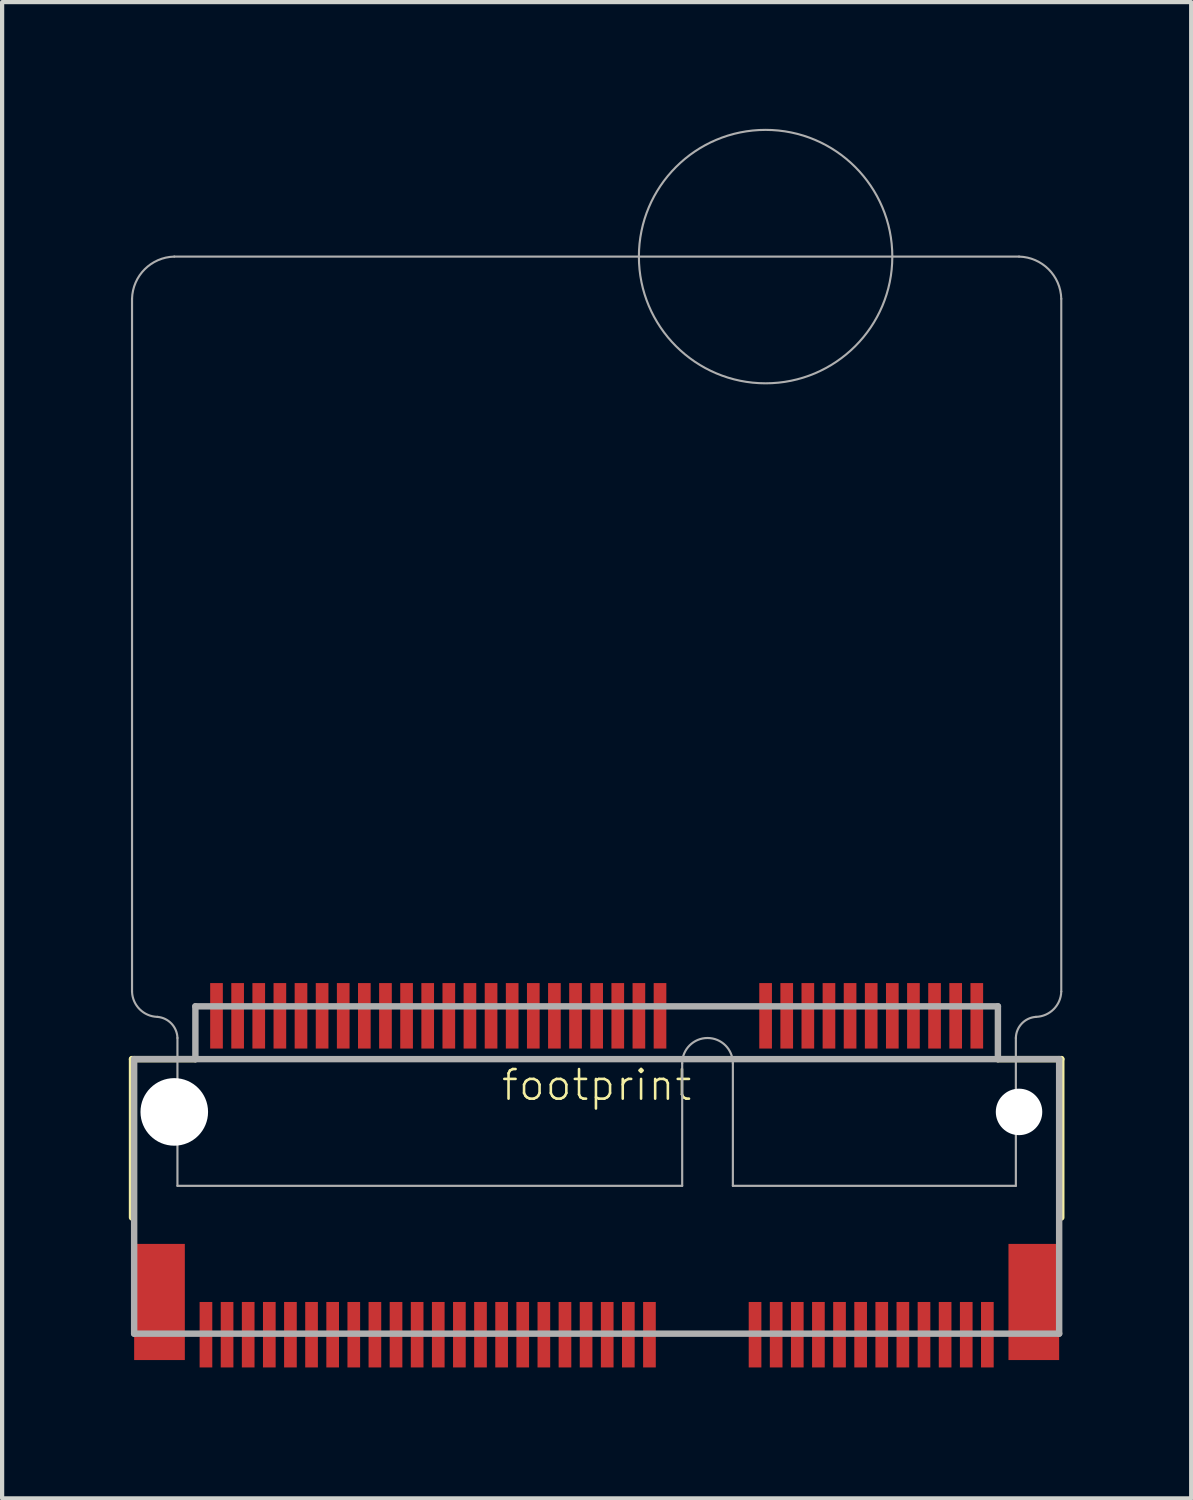
<source format=kicad_pcb>
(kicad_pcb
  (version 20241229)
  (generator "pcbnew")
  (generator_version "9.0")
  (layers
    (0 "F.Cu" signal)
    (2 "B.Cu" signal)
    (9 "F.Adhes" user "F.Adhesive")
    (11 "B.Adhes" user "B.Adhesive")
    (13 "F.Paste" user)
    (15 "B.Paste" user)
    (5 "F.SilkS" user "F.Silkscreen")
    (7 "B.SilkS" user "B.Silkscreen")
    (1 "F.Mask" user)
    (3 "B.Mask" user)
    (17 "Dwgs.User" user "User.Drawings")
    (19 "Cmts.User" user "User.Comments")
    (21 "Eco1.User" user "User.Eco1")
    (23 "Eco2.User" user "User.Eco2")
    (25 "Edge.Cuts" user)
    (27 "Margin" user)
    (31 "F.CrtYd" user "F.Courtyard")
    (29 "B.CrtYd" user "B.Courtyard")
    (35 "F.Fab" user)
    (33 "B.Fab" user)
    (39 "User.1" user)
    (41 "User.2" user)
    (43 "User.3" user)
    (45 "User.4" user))
  (footprint "footprint"
    (layer "F.Cu")
    (at 11.076 23.275)
    (property "Reference" "footprint" (at 0 -0.635 0) (layer "F.SilkS") (effects (font (size 0.701 0.701) (thickness 0.061))))
    (fp_line (start -11 2.5) (end -11 -1.25) (stroke (width 0.152) (type solid)) (layer "F.SilkS"))
    (fp_line (start -9.5 -1.25) (end -11 -1.25) (stroke (width 0.152) (type solid)) (layer "F.SilkS"))
    (fp_line (start 11 -1.25) (end 9.5 -1.25) (stroke (width 0.152) (type solid)) (layer "F.SilkS"))
    (fp_line (start 11 2.5) (end 11 -1.25) (stroke (width 0.152) (type solid)) (layer "F.SilkS"))
    (fp_poly (pts (xy -9.4 6.15) (xy -9.1 6.15) (xy -9.1 4.4) (xy -9.4 4.4)) (stroke (width 0) (type solid)) (fill yes) (layer "F.Paste"))
    (fp_poly (pts (xy -9.15 -1.4) (xy -8.85 -1.4) (xy -8.85 -3.15) (xy -9.15 -3.15)) (stroke (width 0) (type solid)) (fill yes) (layer "F.Paste"))
    (fp_poly (pts (xy -8.9 6.15) (xy -8.6 6.15) (xy -8.6 4.4) (xy -8.9 4.4)) (stroke (width 0) (type solid)) (fill yes) (layer "F.Paste"))
    (fp_poly (pts (xy -8.65 -1.4) (xy -8.35 -1.4) (xy -8.35 -3.15) (xy -8.65 -3.15)) (stroke (width 0) (type solid)) (fill yes) (layer "F.Paste"))
    (fp_poly (pts (xy -8.4 6.15) (xy -8.1 6.15) (xy -8.1 4.4) (xy -8.4 4.4)) (stroke (width 0) (type solid)) (fill yes) (layer "F.Paste"))
    (fp_poly (pts (xy -8.15 -1.4) (xy -7.85 -1.4) (xy -7.85 -3.15) (xy -8.15 -3.15)) (stroke (width 0) (type solid)) (fill yes) (layer "F.Paste"))
    (fp_poly (pts (xy -7.9 6.15) (xy -7.6 6.15) (xy -7.6 4.4) (xy -7.9 4.4)) (stroke (width 0) (type solid)) (fill yes) (layer "F.Paste"))
    (fp_poly (pts (xy -7.65 -1.4) (xy -7.35 -1.4) (xy -7.35 -3.15) (xy -7.65 -3.15)) (stroke (width 0) (type solid)) (fill yes) (layer "F.Paste"))
    (fp_poly (pts (xy -7.4 6.15) (xy -7.1 6.15) (xy -7.1 4.4) (xy -7.4 4.4)) (stroke (width 0) (type solid)) (fill yes) (layer "F.Paste"))
    (fp_poly (pts (xy -7.15 -1.4) (xy -6.85 -1.4) (xy -6.85 -3.15) (xy -7.15 -3.15)) (stroke (width 0) (type solid)) (fill yes) (layer "F.Paste"))
    (fp_poly (pts (xy -6.9 6.15) (xy -6.6 6.15) (xy -6.6 4.4) (xy -6.9 4.4)) (stroke (width 0) (type solid)) (fill yes) (layer "F.Paste"))
    (fp_poly (pts (xy -6.65 -1.4) (xy -6.35 -1.4) (xy -6.35 -3.15) (xy -6.65 -3.15)) (stroke (width 0) (type solid)) (fill yes) (layer "F.Paste"))
    (fp_poly (pts (xy -6.4 6.15) (xy -6.1 6.15) (xy -6.1 4.4) (xy -6.4 4.4)) (stroke (width 0) (type solid)) (fill yes) (layer "F.Paste"))
    (fp_poly (pts (xy -6.15 -1.4) (xy -5.85 -1.4) (xy -5.85 -3.15) (xy -6.15 -3.15)) (stroke (width 0) (type solid)) (fill yes) (layer "F.Paste"))
    (fp_poly (pts (xy -5.9 6.15) (xy -5.6 6.15) (xy -5.6 4.4) (xy -5.9 4.4)) (stroke (width 0) (type solid)) (fill yes) (layer "F.Paste"))
    (fp_poly (pts (xy -5.65 -1.4) (xy -5.35 -1.4) (xy -5.35 -3.15) (xy -5.65 -3.15)) (stroke (width 0) (type solid)) (fill yes) (layer "F.Paste"))
    (fp_poly (pts (xy -5.4 6.15) (xy -5.1 6.15) (xy -5.1 4.4) (xy -5.4 4.4)) (stroke (width 0) (type solid)) (fill yes) (layer "F.Paste"))
    (fp_poly (pts (xy -5.15 -1.4) (xy -4.85 -1.4) (xy -4.85 -3.15) (xy -5.15 -3.15)) (stroke (width 0) (type solid)) (fill yes) (layer "F.Paste"))
    (fp_poly (pts (xy -4.9 6.15) (xy -4.6 6.15) (xy -4.6 4.4) (xy -4.9 4.4)) (stroke (width 0) (type solid)) (fill yes) (layer "F.Paste"))
    (fp_poly (pts (xy -4.65 -1.4) (xy -4.35 -1.4) (xy -4.35 -3.15) (xy -4.65 -3.15)) (stroke (width 0) (type solid)) (fill yes) (layer "F.Paste"))
    (fp_poly (pts (xy -4.4 6.15) (xy -4.1 6.15) (xy -4.1 4.4) (xy -4.4 4.4)) (stroke (width 0) (type solid)) (fill yes) (layer "F.Paste"))
    (fp_poly (pts (xy -4.15 -1.4) (xy -3.85 -1.4) (xy -3.85 -3.15) (xy -4.15 -3.15)) (stroke (width 0) (type solid)) (fill yes) (layer "F.Paste"))
    (fp_poly (pts (xy -3.9 6.15) (xy -3.6 6.15) (xy -3.6 4.4) (xy -3.9 4.4)) (stroke (width 0) (type solid)) (fill yes) (layer "F.Paste"))
    (fp_poly (pts (xy -3.65 -1.4) (xy -3.35 -1.4) (xy -3.35 -3.15) (xy -3.65 -3.15)) (stroke (width 0) (type solid)) (fill yes) (layer "F.Paste"))
    (fp_poly (pts (xy -3.4 6.15) (xy -3.1 6.15) (xy -3.1 4.4) (xy -3.4 4.4)) (stroke (width 0) (type solid)) (fill yes) (layer "F.Paste"))
    (fp_poly (pts (xy -3.15 -1.4) (xy -2.85 -1.4) (xy -2.85 -3.15) (xy -3.15 -3.15)) (stroke (width 0) (type solid)) (fill yes) (layer "F.Paste"))
    (fp_poly (pts (xy -2.9 6.15) (xy -2.6 6.15) (xy -2.6 4.4) (xy -2.9 4.4)) (stroke (width 0) (type solid)) (fill yes) (layer "F.Paste"))
    (fp_poly (pts (xy -2.65 -1.4) (xy -2.35 -1.4) (xy -2.35 -3.15) (xy -2.65 -3.15)) (stroke (width 0) (type solid)) (fill yes) (layer "F.Paste"))
    (fp_poly (pts (xy -2.4 6.15) (xy -2.1 6.15) (xy -2.1 4.4) (xy -2.4 4.4)) (stroke (width 0) (type solid)) (fill yes) (layer "F.Paste"))
    (fp_poly (pts (xy -2.15 -1.4) (xy -1.85 -1.4) (xy -1.85 -3.15) (xy -2.15 -3.15)) (stroke (width 0) (type solid)) (fill yes) (layer "F.Paste"))
    (fp_poly (pts (xy -1.9 6.15) (xy -1.6 6.15) (xy -1.6 4.4) (xy -1.9 4.4)) (stroke (width 0) (type solid)) (fill yes) (layer "F.Paste"))
    (fp_poly (pts (xy -1.65 -1.4) (xy -1.35 -1.4) (xy -1.35 -3.15) (xy -1.65 -3.15)) (stroke (width 0) (type solid)) (fill yes) (layer "F.Paste"))
    (fp_poly (pts (xy -1.4 6.15) (xy -1.1 6.15) (xy -1.1 4.4) (xy -1.4 4.4)) (stroke (width 0) (type solid)) (fill yes) (layer "F.Paste"))
    (fp_poly (pts (xy -1.15 -1.4) (xy -0.85 -1.4) (xy -0.85 -3.15) (xy -1.15 -3.15)) (stroke (width 0) (type solid)) (fill yes) (layer "F.Paste"))
    (fp_poly (pts (xy -0.9 6.15) (xy -0.6 6.15) (xy -0.6 4.4) (xy -0.9 4.4)) (stroke (width 0) (type solid)) (fill yes) (layer "F.Paste"))
    (fp_poly (pts (xy -0.65 -1.4) (xy -0.35 -1.4) (xy -0.35 -3.15) (xy -0.65 -3.15)) (stroke (width 0) (type solid)) (fill yes) (layer "F.Paste"))
    (fp_poly (pts (xy -0.4 6.15) (xy -0.1 6.15) (xy -0.1 4.4) (xy -0.4 4.4)) (stroke (width 0) (type solid)) (fill yes) (layer "F.Paste"))
    (fp_poly (pts (xy -0.15 -1.4) (xy 0.15 -1.4) (xy 0.15 -3.15) (xy -0.15 -3.15)) (stroke (width 0) (type solid)) (fill yes) (layer "F.Paste"))
    (fp_poly (pts (xy 0.1 6.15) (xy 0.4 6.15) (xy 0.4 4.4) (xy 0.1 4.4)) (stroke (width 0) (type solid)) (fill yes) (layer "F.Paste"))
    (fp_poly (pts (xy 0.35 -1.4) (xy 0.65 -1.4) (xy 0.65 -3.15) (xy 0.35 -3.15)) (stroke (width 0) (type solid)) (fill yes) (layer "F.Paste"))
    (fp_poly (pts (xy 0.6 6.15) (xy 0.9 6.15) (xy 0.9 4.4) (xy 0.6 4.4)) (stroke (width 0) (type solid)) (fill yes) (layer "F.Paste"))
    (fp_poly (pts (xy 0.85 -1.4) (xy 1.15 -1.4) (xy 1.15 -3.15) (xy 0.85 -3.15)) (stroke (width 0) (type solid)) (fill yes) (layer "F.Paste"))
    (fp_poly (pts (xy 1.1 6.15) (xy 1.4 6.15) (xy 1.4 4.4) (xy 1.1 4.4)) (stroke (width 0) (type solid)) (fill yes) (layer "F.Paste"))
    (fp_poly (pts (xy 1.35 -1.4) (xy 1.65 -1.4) (xy 1.65 -3.15) (xy 1.35 -3.15)) (stroke (width 0) (type solid)) (fill yes) (layer "F.Paste"))
    (fp_poly (pts (xy 3.6 6.15) (xy 3.9 6.15) (xy 3.9 4.4) (xy 3.6 4.4)) (stroke (width 0) (type solid)) (fill yes) (layer "F.Paste"))
    (fp_poly (pts (xy 3.85 -1.4) (xy 4.15 -1.4) (xy 4.15 -3.15) (xy 3.85 -3.15)) (stroke (width 0) (type solid)) (fill yes) (layer "F.Paste"))
    (fp_poly (pts (xy 4.1 6.15) (xy 4.4 6.15) (xy 4.4 4.4) (xy 4.1 4.4)) (stroke (width 0) (type solid)) (fill yes) (layer "F.Paste"))
    (fp_poly (pts (xy 4.35 -1.4) (xy 4.65 -1.4) (xy 4.65 -3.15) (xy 4.35 -3.15)) (stroke (width 0) (type solid)) (fill yes) (layer "F.Paste"))
    (fp_poly (pts (xy 4.6 6.15) (xy 4.9 6.15) (xy 4.9 4.4) (xy 4.6 4.4)) (stroke (width 0) (type solid)) (fill yes) (layer "F.Paste"))
    (fp_poly (pts (xy 4.85 -1.4) (xy 5.15 -1.4) (xy 5.15 -3.15) (xy 4.85 -3.15)) (stroke (width 0) (type solid)) (fill yes) (layer "F.Paste"))
    (fp_poly (pts (xy 5.1 6.15) (xy 5.4 6.15) (xy 5.4 4.4) (xy 5.1 4.4)) (stroke (width 0) (type solid)) (fill yes) (layer "F.Paste"))
    (fp_poly (pts (xy 5.35 -1.4) (xy 5.65 -1.4) (xy 5.65 -3.15) (xy 5.35 -3.15)) (stroke (width 0) (type solid)) (fill yes) (layer "F.Paste"))
    (fp_poly (pts (xy 5.6 6.15) (xy 5.9 6.15) (xy 5.9 4.4) (xy 5.6 4.4)) (stroke (width 0) (type solid)) (fill yes) (layer "F.Paste"))
    (fp_poly (pts (xy 5.85 -1.4) (xy 6.15 -1.4) (xy 6.15 -3.15) (xy 5.85 -3.15)) (stroke (width 0) (type solid)) (fill yes) (layer "F.Paste"))
    (fp_poly (pts (xy 6.1 6.15) (xy 6.4 6.15) (xy 6.4 4.4) (xy 6.1 4.4)) (stroke (width 0) (type solid)) (fill yes) (layer "F.Paste"))
    (fp_poly (pts (xy 6.35 -1.4) (xy 6.65 -1.4) (xy 6.65 -3.15) (xy 6.35 -3.15)) (stroke (width 0) (type solid)) (fill yes) (layer "F.Paste"))
    (fp_poly (pts (xy 6.6 6.15) (xy 6.9 6.15) (xy 6.9 4.4) (xy 6.6 4.4)) (stroke (width 0) (type solid)) (fill yes) (layer "F.Paste"))
    (fp_poly (pts (xy 6.85 -1.4) (xy 7.15 -1.4) (xy 7.15 -3.15) (xy 6.85 -3.15)) (stroke (width 0) (type solid)) (fill yes) (layer "F.Paste"))
    (fp_poly (pts (xy 7.1 6.15) (xy 7.4 6.15) (xy 7.4 4.4) (xy 7.1 4.4)) (stroke (width 0) (type solid)) (fill yes) (layer "F.Paste"))
    (fp_poly (pts (xy 7.35 -1.4) (xy 7.65 -1.4) (xy 7.65 -3.15) (xy 7.35 -3.15)) (stroke (width 0) (type solid)) (fill yes) (layer "F.Paste"))
    (fp_poly (pts (xy 7.6 6.15) (xy 7.9 6.15) (xy 7.9 4.4) (xy 7.6 4.4)) (stroke (width 0) (type solid)) (fill yes) (layer "F.Paste"))
    (fp_poly (pts (xy 7.85 -1.4) (xy 8.15 -1.4) (xy 8.15 -3.15) (xy 7.85 -3.15)) (stroke (width 0) (type solid)) (fill yes) (layer "F.Paste"))
    (fp_poly (pts (xy 8.1 6.15) (xy 8.4 6.15) (xy 8.4 4.4) (xy 8.1 4.4)) (stroke (width 0) (type solid)) (fill yes) (layer "F.Paste"))
    (fp_poly (pts (xy 8.35 -1.4) (xy 8.65 -1.4) (xy 8.65 -3.15) (xy 8.35 -3.15)) (stroke (width 0) (type solid)) (fill yes) (layer "F.Paste"))
    (fp_poly (pts (xy 8.6 6.15) (xy 8.9 6.15) (xy 8.9 4.4) (xy 8.6 4.4)) (stroke (width 0) (type solid)) (fill yes) (layer "F.Paste"))
    (fp_poly (pts (xy 8.85 -1.4) (xy 9.15 -1.4) (xy 9.15 -3.15) (xy 8.85 -3.15)) (stroke (width 0) (type solid)) (fill yes) (layer "F.Paste"))
    (fp_poly (pts (xy 9.1 6.15) (xy 9.4 6.15) (xy 9.4 4.4) (xy 9.1 4.4)) (stroke (width 0) (type solid)) (fill yes) (layer "F.Paste"))
    (fp_line (start -11 -19.25) (end -11 -2.85) (stroke (width 0.051) (type solid)) (layer "F.Fab"))
    (fp_line (start -10.95 -1.25) (end -10.95 5.25) (stroke (width 0.152) (type solid)) (layer "F.Fab"))
    (fp_line (start -10.95 5.25) (end 10.95 5.25) (stroke (width 0.152) (type solid)) (layer "F.Fab"))
    (fp_line (start -9.925 1.75) (end -9.925 -1.75) (stroke (width 0.051) (type solid)) (layer "F.Fab"))
    (fp_line (start -9.5 -2.5) (end -9.5 -1.25) (stroke (width 0.152) (type solid)) (layer "F.Fab"))
    (fp_line (start -9.5 -1.25) (end -10.95 -1.25) (stroke (width 0.152) (type solid)) (layer "F.Fab"))
    (fp_line (start 2.025 -1.15) (end 2.025 1.75) (stroke (width 0.051) (type solid)) (layer "F.Fab"))
    (fp_line (start 2.025 1.75) (end -9.925 1.75) (stroke (width 0.051) (type solid)) (layer "F.Fab"))
    (fp_line (start 3.225 -1.15) (end 3.225 1.75) (stroke (width 0.051) (type solid)) (layer "F.Fab"))
    (fp_line (start 9.5 -2.5) (end -9.5 -2.5) (stroke (width 0.152) (type solid)) (layer "F.Fab"))
    (fp_line (start 9.5 -2.5) (end 9.5 -1.25) (stroke (width 0.152) (type solid)) (layer "F.Fab"))
    (fp_line (start 9.5 -1.25) (end -9.5 -1.25) (stroke (width 0.152) (type solid)) (layer "F.Fab"))
    (fp_line (start 9.925 -1.75) (end 9.925 1.75) (stroke (width 0.051) (type solid)) (layer "F.Fab"))
    (fp_line (start 9.925 1.75) (end 3.225 1.75) (stroke (width 0.051) (type solid)) (layer "F.Fab"))
    (fp_line (start 10 -20.25) (end -10 -20.25) (stroke (width 0.051) (type solid)) (layer "F.Fab"))
    (fp_line (start 10.95 -1.25) (end 9.5 -1.25) (stroke (width 0.152) (type solid)) (layer "F.Fab"))
    (fp_line (start 10.95 5.25) (end 10.95 -1.25) (stroke (width 0.152) (type solid)) (layer "F.Fab"))
    (fp_line (start 11 -19.25) (end 11 -2.85) (stroke (width 0.05) (type solid)) (layer "F.Fab"))
    (fp_arc (start -11 -19.25) (mid -10.7 -19.95) (end -10 -20.25) (stroke (width 0.05) (type solid)) (layer "F.Fab"))
    (fp_arc (start -10.400001 -2.249999) (mid -10.819362 -2.430638) (end -11 -2.85) (stroke (width 0.05) (type solid)) (layer "F.Fab"))
    (fp_arc (start -10.4 -2.25) (mid -10.066759 -2.090954) (end -9.925 -1.75) (stroke (width 0.0508) (type solid)) (layer "F.Fab"))
    (fp_arc (start 2.025 -1.15) (mid 2.625 -1.75) (end 3.225 -1.15) (stroke (width 0.0508) (type solid)) (layer "F.Fab"))
    (fp_arc (start 9.925 -1.75) (mid 10.065344 -2.092298) (end 10.4 -2.25) (stroke (width 0.0508) (type solid)) (layer "F.Fab"))
    (fp_arc (start 10 -20.25) (mid 10.7 -19.95) (end 11 -19.25) (stroke (width 0.05) (type solid)) (layer "F.Fab"))
    (fp_arc (start 10.999999 -2.849999) (mid 10.819361 -2.430638) (end 10.4 -2.25) (stroke (width 0.05) (type solid)) (layer "F.Fab"))
    (fp_circle (center 4 -20.25) (end 7 -20.25) (stroke (width 0.05) (type solid)) (fill no) (layer "F.Fab"))
    (pad "" np_thru_hole circle (at -10 0) (size 1.6 1.6) (drill 1.6) (layers "*.Cu" "*.Mask"))
    (pad "" np_thru_hole circle (at 10 0) (size 1.1 1.1) (drill 1.1) (layers "*.Cu" "*.Mask"))
    (pad "1" smd rect (at 9.25 5.275 180) (size 0.3 1.55) (layers "F.Cu" "F.Mask"))
    (pad "2" smd rect (at 9 -2.275 180) (size 0.3 1.55) (layers "F.Cu" "F.Mask"))
    (pad "3" smd rect (at 8.75 5.275 180) (size 0.3 1.55) (layers "F.Cu" "F.Mask"))
    (pad "4" smd rect (at 8.5 -2.275 180) (size 0.3 1.55) (layers "F.Cu" "F.Mask"))
    (pad "5" smd rect (at 8.25 5.275 180) (size 0.3 1.55) (layers "F.Cu" "F.Mask"))
    (pad "6" smd rect (at 8 -2.275 180) (size 0.3 1.55) (layers "F.Cu" "F.Mask"))
    (pad "7" smd rect (at 7.75 5.275 180) (size 0.3 1.55) (layers "F.Cu" "F.Mask"))
    (pad "8" smd rect (at 7.5 -2.275 180) (size 0.3 1.55) (layers "F.Cu" "F.Mask"))
    (pad "9" smd rect (at 7.25 5.275 180) (size 0.3 1.55) (layers "F.Cu" "F.Mask"))
    (pad "10" smd rect (at 7 -2.275 180) (size 0.3 1.55) (layers "F.Cu" "F.Mask"))
    (pad "11" smd rect (at 6.75 5.275 180) (size 0.3 1.55) (layers "F.Cu" "F.Mask"))
    (pad "12" smd rect (at 6.5 -2.275 180) (size 0.3 1.55) (layers "F.Cu" "F.Mask"))
    (pad "13" smd rect (at 6.25 5.275 180) (size 0.3 1.55) (layers "F.Cu" "F.Mask"))
    (pad "14" smd rect (at 6 -2.275 180) (size 0.3 1.55) (layers "F.Cu" "F.Mask"))
    (pad "15" smd rect (at 5.75 5.275 180) (size 0.3 1.55) (layers "F.Cu" "F.Mask"))
    (pad "16" smd rect (at 5.5 -2.275 180) (size 0.3 1.55) (layers "F.Cu" "F.Mask"))
    (pad "17" smd rect (at 5.25 5.275 180) (size 0.3 1.55) (layers "F.Cu" "F.Mask"))
    (pad "18" smd rect (at 5 -2.275 180) (size 0.3 1.55) (layers "F.Cu" "F.Mask"))
    (pad "19" smd rect (at 4.75 5.275 180) (size 0.3 1.55) (layers "F.Cu" "F.Mask"))
    (pad "20" smd rect (at 4.5 -2.275 180) (size 0.3 1.55) (layers "F.Cu" "F.Mask"))
    (pad "21" smd rect (at 4.25 5.275 180) (size 0.3 1.55) (layers "F.Cu" "F.Mask"))
    (pad "22" smd rect (at 4 -2.275 180) (size 0.3 1.55) (layers "F.Cu" "F.Mask"))
    (pad "23" smd rect (at 3.75 5.275 180) (size 0.3 1.55) (layers "F.Cu" "F.Mask"))
    (pad "32" smd rect (at 1.5 -2.275 180) (size 0.3 1.55) (layers "F.Cu" "F.Mask"))
    (pad "33" smd rect (at 1.25 5.275 180) (size 0.3 1.55) (layers "F.Cu" "F.Mask"))
    (pad "34" smd rect (at 1 -2.275 180) (size 0.3 1.55) (layers "F.Cu" "F.Mask"))
    (pad "35" smd rect (at 0.75 5.275 180) (size 0.3 1.55) (layers "F.Cu" "F.Mask"))
    (pad "36" smd rect (at 0.5 -2.275 180) (size 0.3 1.55) (layers "F.Cu" "F.Mask"))
    (pad "37" smd rect (at 0.25 5.275 180) (size 0.3 1.55) (layers "F.Cu" "F.Mask"))
    (pad "38" smd rect (at 0 -2.275 180) (size 0.3 1.55) (layers "F.Cu" "F.Mask"))
    (pad "39" smd rect (at -0.25 5.275 180) (size 0.3 1.55) (layers "F.Cu" "F.Mask"))
    (pad "40" smd rect (at -0.5 -2.275 180) (size 0.3 1.55) (layers "F.Cu" "F.Mask"))
    (pad "41" smd rect (at -0.75 5.275 180) (size 0.3 1.55) (layers "F.Cu" "F.Mask"))
    (pad "42" smd rect (at -1 -2.275 180) (size 0.3 1.55) (layers "F.Cu" "F.Mask"))
    (pad "43" smd rect (at -1.25 5.275 180) (size 0.3 1.55) (layers "F.Cu" "F.Mask"))
    (pad "44" smd rect (at -1.5 -2.275 180) (size 0.3 1.55) (layers "F.Cu" "F.Mask"))
    (pad "45" smd rect (at -1.75 5.275 180) (size 0.3 1.55) (layers "F.Cu" "F.Mask"))
    (pad "46" smd rect (at -2 -2.275 180) (size 0.3 1.55) (layers "F.Cu" "F.Mask"))
    (pad "47" smd rect (at -2.25 5.275 180) (size 0.3 1.55) (layers "F.Cu" "F.Mask"))
    (pad "48" smd rect (at -2.5 -2.275 180) (size 0.3 1.55) (layers "F.Cu" "F.Mask"))
    (pad "49" smd rect (at -2.75 5.275 180) (size 0.3 1.55) (layers "F.Cu" "F.Mask"))
    (pad "50" smd rect (at -3 -2.275 180) (size 0.3 1.55) (layers "F.Cu" "F.Mask"))
    (pad "51" smd rect (at -3.25 5.275 180) (size 0.3 1.55) (layers "F.Cu" "F.Mask"))
    (pad "52" smd rect (at -3.5 -2.275 180) (size 0.3 1.55) (layers "F.Cu" "F.Mask"))
    (pad "53" smd rect (at -3.75 5.275 180) (size 0.3 1.55) (layers "F.Cu" "F.Mask"))
    (pad "54" smd rect (at -4 -2.275 180) (size 0.3 1.55) (layers "F.Cu" "F.Mask"))
    (pad "55" smd rect (at -4.25 5.275 180) (size 0.3 1.55) (layers "F.Cu" "F.Mask"))
    (pad "56" smd rect (at -4.5 -2.275 180) (size 0.3 1.55) (layers "F.Cu" "F.Mask"))
    (pad "57" smd rect (at -4.75 5.275 180) (size 0.3 1.55) (layers "F.Cu" "F.Mask"))
    (pad "58" smd rect (at -5 -2.275 180) (size 0.3 1.55) (layers "F.Cu" "F.Mask"))
    (pad "59" smd rect (at -5.25 5.275 180) (size 0.3 1.55) (layers "F.Cu" "F.Mask"))
    (pad "60" smd rect (at -5.5 -2.275 180) (size 0.3 1.55) (layers "F.Cu" "F.Mask"))
    (pad "61" smd rect (at -5.75 5.275 180) (size 0.3 1.55) (layers "F.Cu" "F.Mask"))
    (pad "62" smd rect (at -6 -2.275 180) (size 0.3 1.55) (layers "F.Cu" "F.Mask"))
    (pad "63" smd rect (at -6.25 5.275 180) (size 0.3 1.55) (layers "F.Cu" "F.Mask"))
    (pad "64" smd rect (at -6.5 -2.275 180) (size 0.3 1.55) (layers "F.Cu" "F.Mask"))
    (pad "65" smd rect (at -6.75 5.275 180) (size 0.3 1.55) (layers "F.Cu" "F.Mask"))
    (pad "66" smd rect (at -7 -2.275 180) (size 0.3 1.55) (layers "F.Cu" "F.Mask"))
    (pad "67" smd rect (at -7.25 5.275 180) (size 0.3 1.55) (layers "F.Cu" "F.Mask"))
    (pad "68" smd rect (at -7.5 -2.275 180) (size 0.3 1.55) (layers "F.Cu" "F.Mask"))
    (pad "69" smd rect (at -7.75 5.275 180) (size 0.3 1.55) (layers "F.Cu" "F.Mask"))
    (pad "70" smd rect (at -8 -2.275 180) (size 0.3 1.55) (layers "F.Cu" "F.Mask"))
    (pad "71" smd rect (at -8.25 5.275 180) (size 0.3 1.55) (layers "F.Cu" "F.Mask"))
    (pad "72" smd rect (at -8.5 -2.275 180) (size 0.3 1.55) (layers "F.Cu" "F.Mask"))
    (pad "73" smd rect (at -8.75 5.275 180) (size 0.3 1.55) (layers "F.Cu" "F.Mask"))
    (pad "74" smd rect (at -9 -2.275 180) (size 0.3 1.55) (layers "F.Cu" "F.Mask"))
    (pad "75" smd rect (at -9.25 5.275 180) (size 0.3 1.55) (layers "F.Cu" "F.Mask"))
    (pad "A1" smd rect (at 10.35 4.5 180) (size 1.2 2.75) (layers "F.Cu" "F.Mask" "F.Paste"))
    (pad "A2" smd rect (at -10.35 4.5 180) (size 1.2 2.75) (layers "F.Cu" "F.Mask" "F.Paste")))
  (gr_rect
    (start -3 -3)
    (end 25.152 32.425)
    (stroke (width 0.1) (type default))
    (fill no)
    (layer "Edge.Cuts")))
</source>
